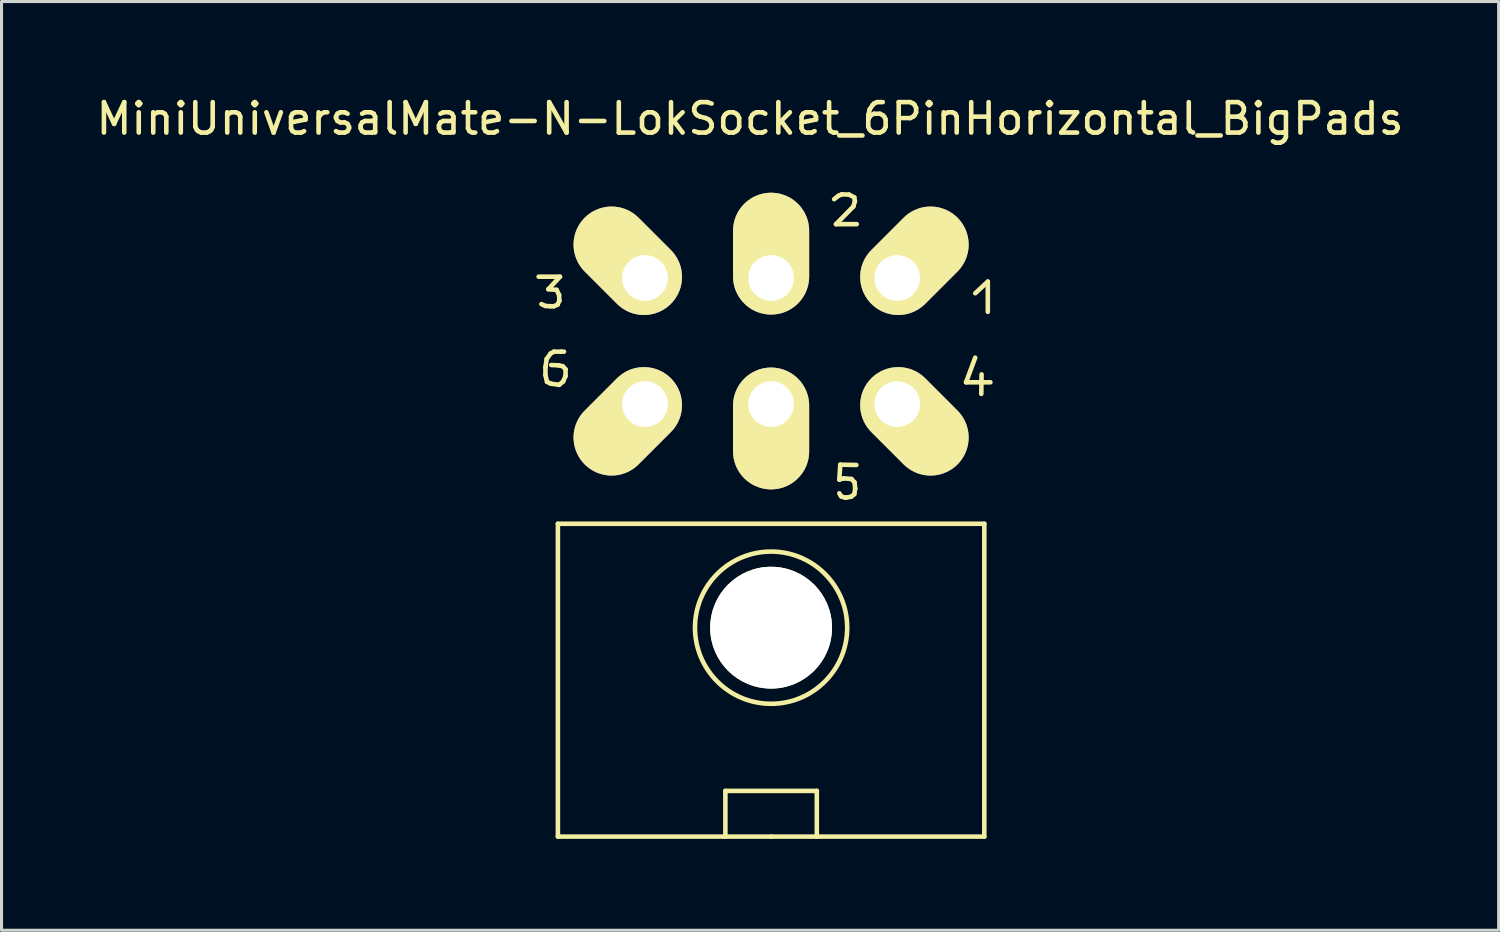
<source format=kicad_pcb>
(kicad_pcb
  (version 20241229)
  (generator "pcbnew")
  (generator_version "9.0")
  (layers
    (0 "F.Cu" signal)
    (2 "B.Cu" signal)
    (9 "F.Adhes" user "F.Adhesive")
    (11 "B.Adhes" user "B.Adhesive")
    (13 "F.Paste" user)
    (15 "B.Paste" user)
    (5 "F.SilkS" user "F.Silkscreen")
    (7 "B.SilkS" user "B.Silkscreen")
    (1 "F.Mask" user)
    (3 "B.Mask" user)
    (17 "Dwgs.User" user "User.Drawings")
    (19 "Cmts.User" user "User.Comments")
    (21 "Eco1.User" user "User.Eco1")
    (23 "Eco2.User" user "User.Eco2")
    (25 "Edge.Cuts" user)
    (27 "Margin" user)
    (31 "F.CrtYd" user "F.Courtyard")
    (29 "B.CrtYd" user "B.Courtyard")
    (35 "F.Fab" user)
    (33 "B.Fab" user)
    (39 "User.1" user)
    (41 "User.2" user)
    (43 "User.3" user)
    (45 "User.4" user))
  (footprint "MiniUniversalMate-N-LokSocket_6PinHorizontal_BigPads"
    (layer "F.Cu")
    (at 22.268 8.148)
    (property "Reference" "MiniUniversalMate-N-LokSocket_6PinHorizontal_BigPads" (at -0.691 -7.3 0) (layer "F.SilkS") (effects (font (size 1 1) (thickness 0.15))))
    (attr through_hole)
    (fp_line (start -7.633 -2.113) (end -6.932 -2.113) (stroke (width 0.15) (type solid)) (layer "F.SilkS"))
    (fp_line (start -7.412 -1.153) (end -7.541 -1.212) (stroke (width 0.15) (type solid)) (layer "F.SilkS"))
    (fp_line (start -7.409 0.859) (end -7.409 1.118) (stroke (width 0.15) (type solid)) (layer "F.SilkS"))
    (fp_line (start -7.409 1.118) (end -7.358 1.339) (stroke (width 0.15) (type solid)) (layer "F.SilkS"))
    (fp_line (start -7.369 0.587) (end -7.409 0.859) (stroke (width 0.15) (type solid)) (layer "F.SilkS"))
    (fp_line (start -7.358 1.339) (end -7.239 1.397) (stroke (width 0.15) (type solid)) (layer "F.SilkS"))
    (fp_line (start -7.313 -1.702) (end -7.043 -1.681) (stroke (width 0.15) (type solid)) (layer "F.SilkS"))
    (fp_line (start -7.242 -1.143) (end -7.412 -1.153) (stroke (width 0.15) (type solid)) (layer "F.SilkS"))
    (fp_line (start -7.239 0.409) (end -7.369 0.587) (stroke (width 0.15) (type solid)) (layer "F.SilkS"))
    (fp_line (start -7.239 1.397) (end -6.96 1.438) (stroke (width 0.15) (type solid)) (layer "F.SilkS"))
    (fp_line (start -7.132 -1.143) (end -7.242 -1.143) (stroke (width 0.15) (type solid)) (layer "F.SilkS"))
    (fp_line (start -7.13 0.348) (end -7.239 0.409) (stroke (width 0.15) (type solid)) (layer "F.SilkS"))
    (fp_line (start -7.043 -1.681) (end -6.962 -1.514) (stroke (width 0.15) (type solid)) (layer "F.SilkS"))
    (fp_line (start -7.013 -1.194) (end -7.132 -1.143) (stroke (width 0.15) (type solid)) (layer "F.SilkS"))
    (fp_line (start -7 5.999) (end 7 5.999) (stroke (width 0.15) (type solid)) (layer "F.SilkS"))
    (fp_line (start -7 16.271) (end -7 5.999) (stroke (width 0.15) (type solid)) (layer "F.SilkS"))
    (fp_line (start -6.97 0.798) (end -7.219 0.787) (stroke (width 0.15) (type solid)) (layer "F.SilkS"))
    (fp_line (start -6.962 -1.514) (end -6.952 -1.323) (stroke (width 0.15) (type solid)) (layer "F.SilkS"))
    (fp_line (start -6.96 1.438) (end -6.828 1.328) (stroke (width 0.15) (type solid)) (layer "F.SilkS"))
    (fp_line (start -6.952 -1.323) (end -7.013 -1.194) (stroke (width 0.15) (type solid)) (layer "F.SilkS"))
    (fp_line (start -6.932 -2.113) (end -7.313 -1.702) (stroke (width 0.15) (type solid)) (layer "F.SilkS"))
    (fp_line (start -6.899 0.348) (end -7.13 0.348) (stroke (width 0.15) (type solid)) (layer "F.SilkS"))
    (fp_line (start -6.838 0.828) (end -6.97 0.798) (stroke (width 0.15) (type solid)) (layer "F.SilkS"))
    (fp_line (start -6.828 1.328) (end -6.749 1.148) (stroke (width 0.15) (type solid)) (layer "F.SilkS"))
    (fp_line (start -6.8 0.348) (end -6.899 0.348) (stroke (width 0.15) (type solid)) (layer "F.SilkS"))
    (fp_line (start -6.749 0.927) (end -6.838 0.828) (stroke (width 0.15) (type solid)) (layer "F.SilkS"))
    (fp_line (start -6.749 1.148) (end -6.749 0.927) (stroke (width 0.15) (type solid)) (layer "F.SilkS"))
    (fp_line (start -1.501 14.77) (end -1.501 16.271) (stroke (width 0.15) (type solid)) (layer "F.SilkS"))
    (fp_line (start 0 16.271) (end -7 16.271) (stroke (width 0.15) (type solid)) (layer "F.SilkS"))
    (fp_line (start 0 16.271) (end 7 16.271) (stroke (width 0.15) (type solid)) (layer "F.SilkS"))
    (fp_line (start 1.501 14.77) (end -1.501 14.77) (stroke (width 0.15) (type solid)) (layer "F.SilkS"))
    (fp_line (start 1.501 16.271) (end 1.501 14.77) (stroke (width 0.15) (type solid)) (layer "F.SilkS"))
    (fp_line (start 2.07 -4.658) (end 2.21 -4.768) (stroke (width 0.15) (type solid)) (layer "F.SilkS"))
    (fp_line (start 2.131 -3.838) (end 2.812 -3.838) (stroke (width 0.15) (type solid)) (layer "F.SilkS"))
    (fp_line (start 2.21 -4.768) (end 2.322 -4.818) (stroke (width 0.15) (type solid)) (layer "F.SilkS"))
    (fp_line (start 2.24 4.549) (end 2.39 4.508) (stroke (width 0.15) (type solid)) (layer "F.SilkS"))
    (fp_line (start 2.271 4.059) (end 2.24 4.549) (stroke (width 0.15) (type solid)) (layer "F.SilkS"))
    (fp_line (start 2.299 5.1) (end 2.24 4.999) (stroke (width 0.15) (type solid)) (layer "F.SilkS"))
    (fp_line (start 2.322 -4.818) (end 2.56 -4.808) (stroke (width 0.15) (type solid)) (layer "F.SilkS"))
    (fp_line (start 2.39 4.508) (end 2.639 4.529) (stroke (width 0.15) (type solid)) (layer "F.SilkS"))
    (fp_line (start 2.4 5.131) (end 2.299 5.1) (stroke (width 0.15) (type solid)) (layer "F.SilkS"))
    (fp_line (start 2.459 5.141) (end 2.4 5.131) (stroke (width 0.15) (type solid)) (layer "F.SilkS"))
    (fp_line (start 2.56 -4.808) (end 2.731 -4.717) (stroke (width 0.15) (type solid)) (layer "F.SilkS"))
    (fp_line (start 2.629 5.11) (end 2.459 5.141) (stroke (width 0.15) (type solid)) (layer "F.SilkS"))
    (fp_line (start 2.639 4.529) (end 2.741 4.641) (stroke (width 0.15) (type solid)) (layer "F.SilkS"))
    (fp_line (start 2.7 -4.417) (end 2.131 -3.838) (stroke (width 0.15) (type solid)) (layer "F.SilkS"))
    (fp_line (start 2.731 -4.717) (end 2.751 -4.587) (stroke (width 0.15) (type solid)) (layer "F.SilkS"))
    (fp_line (start 2.731 5.029) (end 2.629 5.11) (stroke (width 0.15) (type solid)) (layer "F.SilkS"))
    (fp_line (start 2.741 4.641) (end 2.761 4.849) (stroke (width 0.15) (type solid)) (layer "F.SilkS"))
    (fp_line (start 2.751 -4.587) (end 2.7 -4.417) (stroke (width 0.15) (type solid)) (layer "F.SilkS"))
    (fp_line (start 2.761 4.849) (end 2.731 5.029) (stroke (width 0.15) (type solid)) (layer "F.SilkS"))
    (fp_line (start 2.799 4.069) (end 2.271 4.059) (stroke (width 0.15) (type solid)) (layer "F.SilkS"))
    (fp_line (start 6.401 1.354) (end 7.201 1.354) (stroke (width 0.15) (type solid)) (layer "F.SilkS"))
    (fp_line (start 6.701 0.546) (end 6.401 1.354) (stroke (width 0.15) (type solid)) (layer "F.SilkS"))
    (fp_line (start 6.703 -1.57) (end 7.115 -1.951) (stroke (width 0.15) (type solid)) (layer "F.SilkS"))
    (fp_line (start 6.901 1.735) (end 6.911 1.095) (stroke (width 0.15) (type solid)) (layer "F.SilkS"))
    (fp_line (start 7 5.999) (end 7 16.271) (stroke (width 0.15) (type solid)) (layer "F.SilkS"))
    (fp_line (start 7.115 -1.951) (end 7.115 -0.96) (stroke (width 0.15) (type solid)) (layer "F.SilkS"))
    (fp_circle (center 0 9.411) (end 2.499 9.411) (stroke (width 0.15) (type solid)) (fill no) (layer "F.SilkS"))
    (pad "" np_thru_hole circle (at 0 9.411) (size 4 4) (drill 4) (layers "*.Cu" "*.Mask" "F.SilkS"))
    (pad "1" thru_hole oval (at 4.14 -2.07 45) (size 4 2.499) (drill 1.501 (offset 0.8 0)) (layers "*.Cu" "*.Mask" "F.SilkS"))
    (pad "2" thru_hole oval (at 0 -2.07 90) (size 4 2.499) (drill 1.501 (offset 0.8 0)) (layers "*.Cu" "*.Mask" "F.SilkS"))
    (pad "3" thru_hole oval (at -4.14 -2.07 315) (size 4 2.499) (drill 1.501 (offset -0.8 0)) (layers "*.Cu" "*.Mask" "F.SilkS"))
    (pad "4" thru_hole oval (at 4.14 2.07 315) (size 4 2.499) (drill 1.501 (offset 0.8 0)) (layers "*.Cu" "*.Mask" "F.SilkS"))
    (pad "5" thru_hole oval (at 0 2.07 90) (size 4 2.499) (drill 1.501 (offset -0.8 0)) (layers "*.Cu" "*.Mask" "F.SilkS"))
    (pad "6" thru_hole oval (at -4.14 2.07 45) (size 4 2.499) (drill 1.501 (offset -0.8 0)) (layers "*.Cu" "*.Mask" "F.SilkS")))
  (gr_rect
    (start -3 -3)
    (end 46.155 27.494)
    (stroke (width 0.1) (type default))
    (fill no)
    (layer "Edge.Cuts")))
</source>
